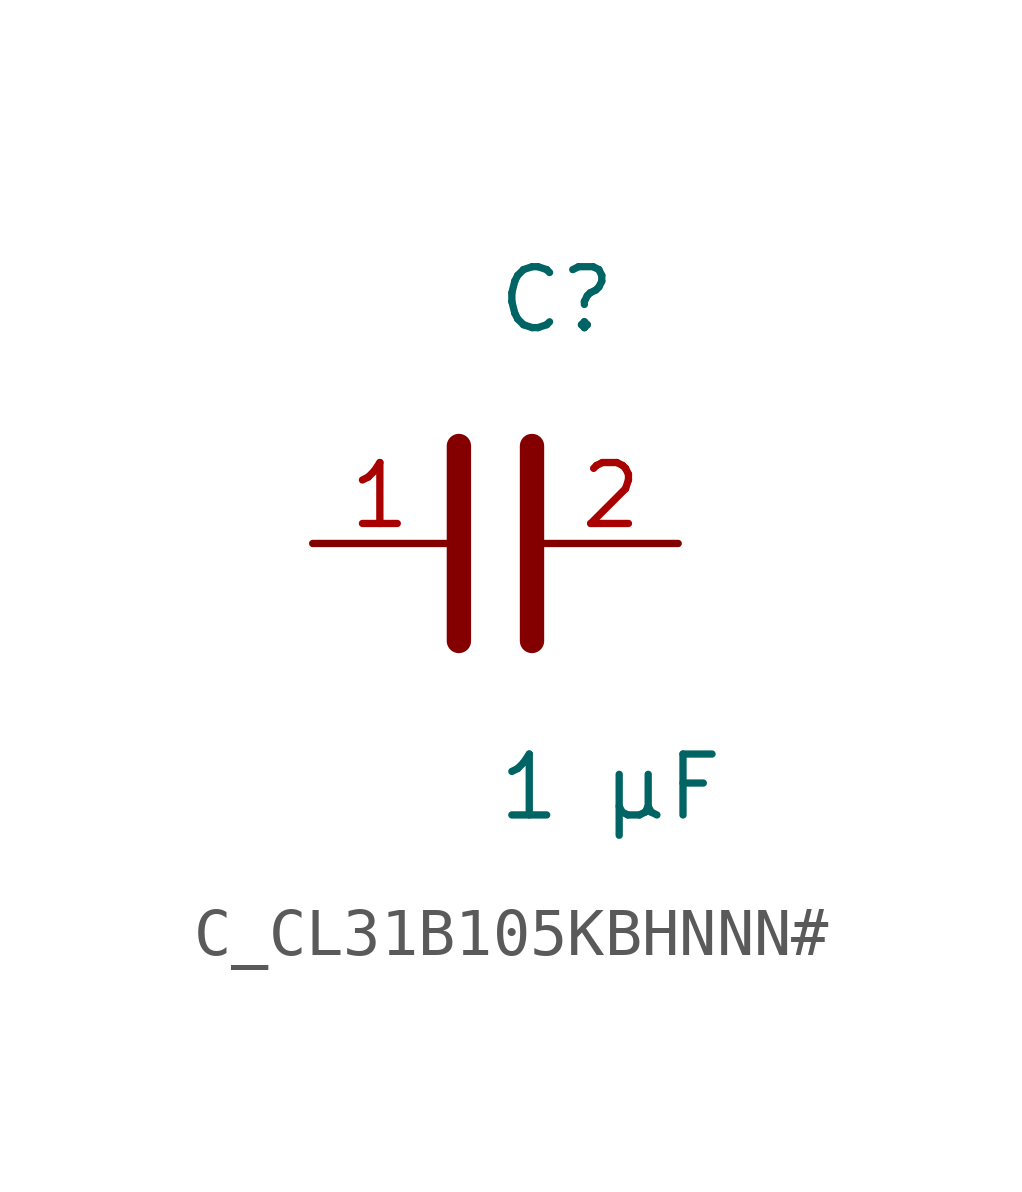
<source format=kicad_sym>
(kicad_symbol_lib
  (version 20231120)
  (generator kicad_symbol_editor)
  (generator_version 8.0)
  (symbol "C_CL31B105KBHNNN#"
    (pin_names
      (offset 0.254))
    (property "Reference" "C"
      (at 0.0 5.08 0)
      (effects (font (size 1.27 1.27)) (justify left)))
    (property "Value" "1 µF"
      (at 0.0 -5.08 0)
      (effects (font (size 1.27 1.27)) (justify left)))
    (symbol "C_CL31B105KBHNNN#_0_1"
      (polyline (pts (xy -0.762 -2.032) (xy -0.762 2.032)) (stroke (width 0.508) (type default)) (fill (type none)))
      (polyline (pts (xy 0.762 -2.032) (xy 0.762 2.032)) (stroke (width 0.508) (type default)) (fill (type none))))
    (pin unspecified line
      (at -3.81 0 0)
      (length 2.8)
      (name "" (effects (font (size 1.27 1.27))))
      (number "1" (effects (font (size 1.27 1.27)))))
    (pin unspecified line
      (at 3.81 0 180)
      (length 2.8)
      (name "" (effects (font (size 1.27 1.27))))
      (number "2" (effects (font (size 1.27 1.27)))))))
</source>
